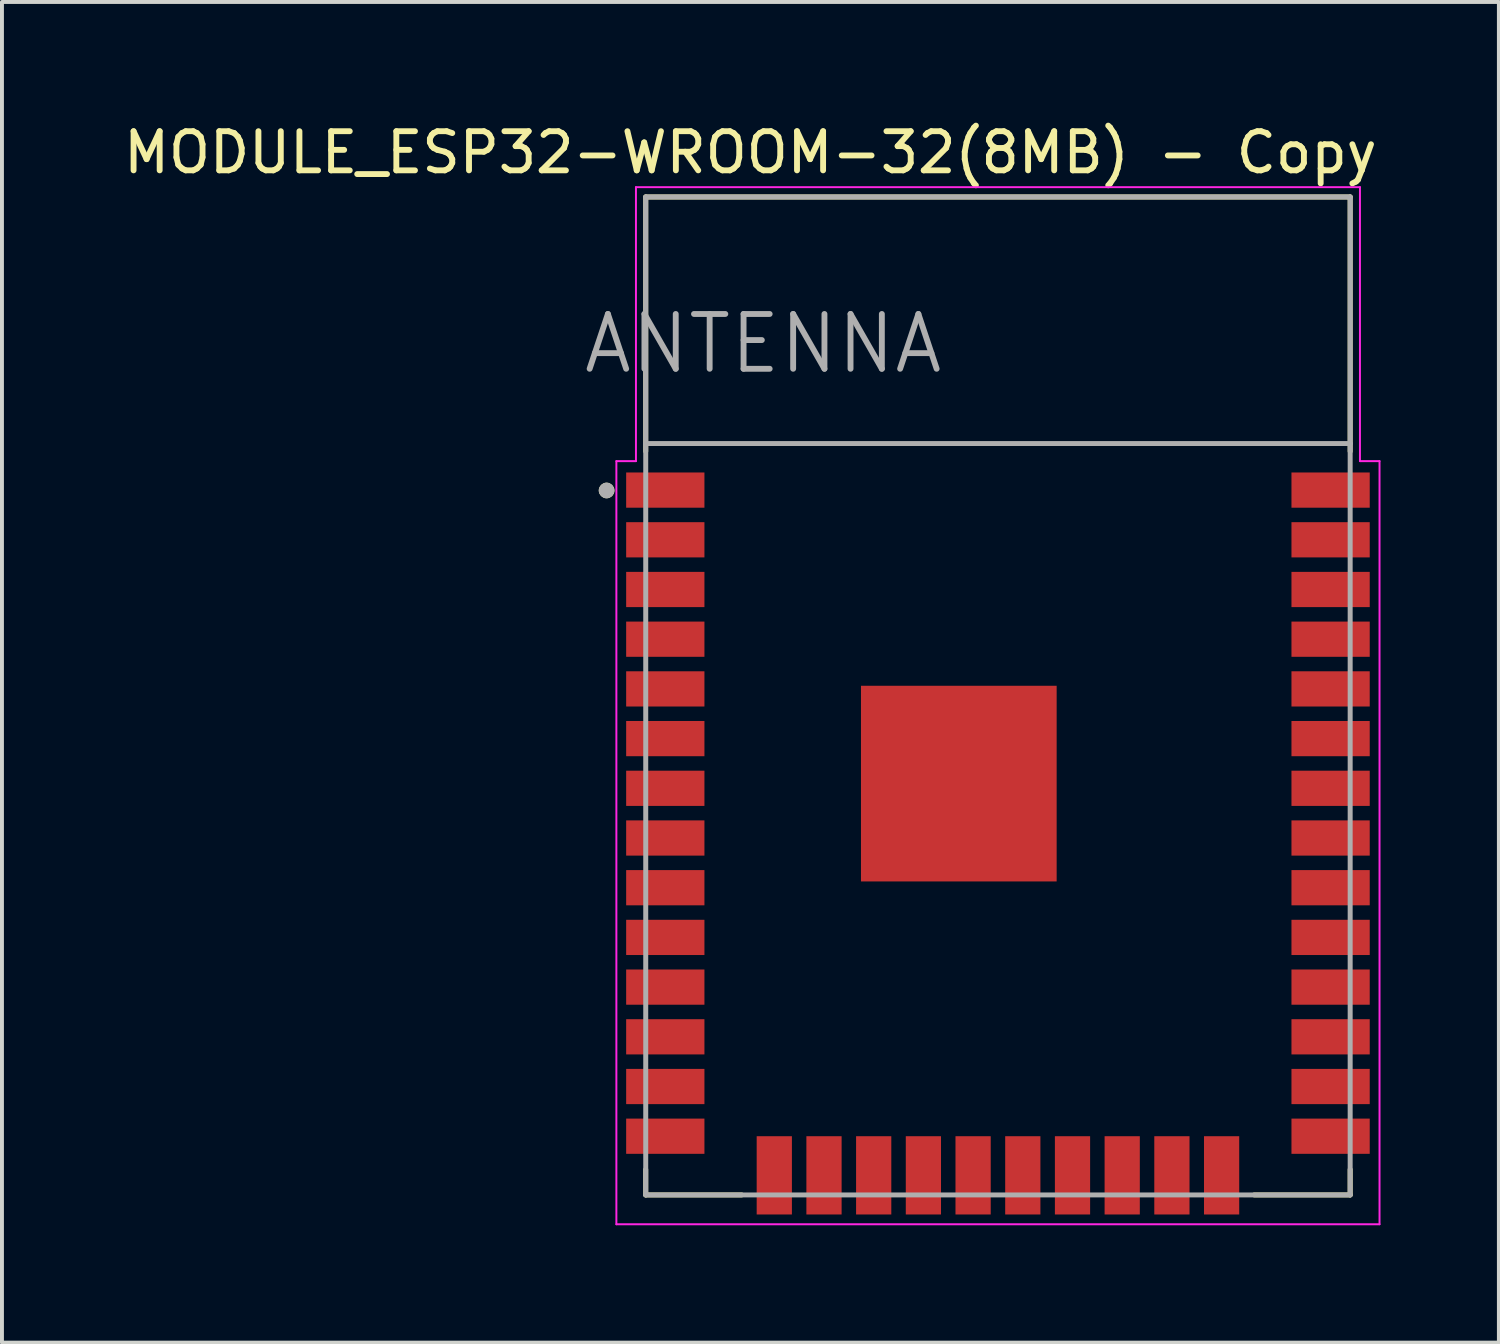
<source format=kicad_pcb>
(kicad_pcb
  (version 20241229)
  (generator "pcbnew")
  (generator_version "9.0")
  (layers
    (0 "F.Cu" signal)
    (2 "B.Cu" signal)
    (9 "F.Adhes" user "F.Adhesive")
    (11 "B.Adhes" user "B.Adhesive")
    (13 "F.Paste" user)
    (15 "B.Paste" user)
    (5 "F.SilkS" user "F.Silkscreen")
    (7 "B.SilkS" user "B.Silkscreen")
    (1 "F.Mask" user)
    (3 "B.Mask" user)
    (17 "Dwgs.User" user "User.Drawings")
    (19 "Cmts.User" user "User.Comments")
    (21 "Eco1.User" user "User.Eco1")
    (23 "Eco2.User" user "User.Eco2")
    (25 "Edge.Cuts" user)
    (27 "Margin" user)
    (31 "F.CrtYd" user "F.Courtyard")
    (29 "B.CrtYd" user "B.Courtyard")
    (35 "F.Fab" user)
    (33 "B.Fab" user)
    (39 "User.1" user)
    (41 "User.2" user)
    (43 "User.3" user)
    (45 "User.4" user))
  (footprint "MODULE_ESP32-WROOM-32(8MB) - Copy"
    (layer "F.Cu")
    (at 22.45 14.733)
    (property "Reference" "MODULE_ESP32-WROOM-32(8MB) - Copy" (at -6.325 -13.885 0) (layer "F.SilkS") (effects (font (size 1 1) (thickness 0.15))))
    (attr through_hole)
    (fp_line (start -9 -12.75) (end 9 -12.75) (stroke (width 0.127) (type solid)) (layer "F.SilkS"))
    (fp_line (start -9 -6.25) (end -9 -12.75) (stroke (width 0.127) (type solid)) (layer "F.SilkS"))
    (fp_line (start -9 12.1) (end -9 12.75) (stroke (width 0.127) (type solid)) (layer "F.SilkS"))
    (fp_line (start -9 12.75) (end -6.55 12.75) (stroke (width 0.127) (type solid)) (layer "F.SilkS"))
    (fp_line (start 6.55 12.75) (end 9 12.75) (stroke (width 0.127) (type solid)) (layer "F.SilkS"))
    (fp_line (start 9 -12.75) (end 9 -6.25) (stroke (width 0.127) (type solid)) (layer "F.SilkS"))
    (fp_line (start 9 12.75) (end 9 12.1) (stroke (width 0.127) (type solid)) (layer "F.SilkS"))
    (fp_circle (center -10 -5.25) (end -9.9 -5.25) (stroke (width 0.2) (type solid)) (fill no) (layer "F.SilkS"))
    (fp_poly (pts (xy -3.04 0.2) (xy -1.46 0.2) (xy -1.46 1.78) (xy -3.04 1.78)) (stroke (width 0.01) (type solid)) (fill yes) (layer "F.Paste"))
    (fp_poly (pts (xy -3.04 2.7) (xy -1.46 2.7) (xy -1.46 4.28) (xy -3.04 4.28)) (stroke (width 0.01) (type solid)) (fill yes) (layer "F.Paste"))
    (fp_poly (pts (xy -0.54 0.2) (xy 1.04 0.2) (xy 1.04 1.78) (xy -0.54 1.78)) (stroke (width 0.01) (type solid)) (fill yes) (layer "F.Paste"))
    (fp_poly (pts (xy -0.54 2.7) (xy 1.04 2.7) (xy 1.04 4.28) (xy -0.54 4.28)) (stroke (width 0.01) (type solid)) (fill yes) (layer "F.Paste"))
    (fp_line (start -9.75 -6) (end -9.25 -6) (stroke (width 0.05) (type solid)) (layer "F.CrtYd"))
    (fp_line (start -9.75 13.5) (end -9.75 -6) (stroke (width 0.05) (type solid)) (layer "F.CrtYd"))
    (fp_line (start -9.25 -13) (end 9.25 -13) (stroke (width 0.05) (type solid)) (layer "F.CrtYd"))
    (fp_line (start -9.25 -6) (end -9.25 -13) (stroke (width 0.05) (type solid)) (layer "F.CrtYd"))
    (fp_line (start 9.25 -13) (end 9.25 -6) (stroke (width 0.05) (type solid)) (layer "F.CrtYd"))
    (fp_line (start 9.25 -6) (end 9.75 -6) (stroke (width 0.05) (type solid)) (layer "F.CrtYd"))
    (fp_line (start 9.75 -6) (end 9.75 13.5) (stroke (width 0.05) (type solid)) (layer "F.CrtYd"))
    (fp_line (start 9.75 13.5) (end -9.75 13.5) (stroke (width 0.05) (type solid)) (layer "F.CrtYd"))
    (fp_line (start -9 -12.75) (end -9 -6.45) (stroke (width 0.127) (type solid)) (layer "F.Fab"))
    (fp_line (start -9 -12.75) (end 9 -12.75) (stroke (width 0.127) (type solid)) (layer "F.Fab"))
    (fp_line (start -9 -6.45) (end 9 -6.45) (stroke (width 0.127) (type solid)) (layer "F.Fab"))
    (fp_line (start -9 12.75) (end -9 -6.45) (stroke (width 0.127) (type solid)) (layer "F.Fab"))
    (fp_line (start 9 -12.75) (end 9 -6.45) (stroke (width 0.127) (type solid)) (layer "F.Fab"))
    (fp_line (start 9 -6.45) (end 9 12.75) (stroke (width 0.127) (type solid)) (layer "F.Fab"))
    (fp_line (start 9 12.75) (end -9 12.75) (stroke (width 0.127) (type solid)) (layer "F.Fab"))
    (fp_circle (center -10 -5.25) (end -9.9 -5.25) (stroke (width 0.2) (type solid)) (fill no) (layer "F.Fab"))
    (fp_text user "ANTENNA" (at -6 -9 0) (layer "F.Fab") (effects (font (size 1.4 1.4) (thickness 0.15))))
    (pad "1" smd rect (at -8.5 -5.26) (size 2 0.9) (layers "F.Cu" "F.Mask" "F.Paste"))
    (pad "2" smd rect (at -8.5 -3.99) (size 2 0.9) (layers "F.Cu" "F.Mask" "F.Paste"))
    (pad "3" smd rect (at -8.5 -2.72) (size 2 0.9) (layers "F.Cu" "F.Mask" "F.Paste"))
    (pad "4" smd rect (at -8.5 -1.45) (size 2 0.9) (layers "F.Cu" "F.Mask" "F.Paste"))
    (pad "5" smd rect (at -8.5 -0.18) (size 2 0.9) (layers "F.Cu" "F.Mask" "F.Paste"))
    (pad "6" smd rect (at -8.5 1.09) (size 2 0.9) (layers "F.Cu" "F.Mask" "F.Paste"))
    (pad "7" smd rect (at -8.5 2.36) (size 2 0.9) (layers "F.Cu" "F.Mask" "F.Paste"))
    (pad "8" smd rect (at -8.5 3.63) (size 2 0.9) (layers "F.Cu" "F.Mask" "F.Paste"))
    (pad "9" smd rect (at -8.5 4.9) (size 2 0.9) (layers "F.Cu" "F.Mask" "F.Paste"))
    (pad "10" smd rect (at -8.5 6.17) (size 2 0.9) (layers "F.Cu" "F.Mask" "F.Paste"))
    (pad "11" smd rect (at -8.5 7.44) (size 2 0.9) (layers "F.Cu" "F.Mask" "F.Paste"))
    (pad "12" smd rect (at -8.5 8.71) (size 2 0.9) (layers "F.Cu" "F.Mask" "F.Paste"))
    (pad "13" smd rect (at -8.5 9.98) (size 2 0.9) (layers "F.Cu" "F.Mask" "F.Paste"))
    (pad "14" smd rect (at -8.5 11.25) (size 2 0.9) (layers "F.Cu" "F.Mask" "F.Paste"))
    (pad "15" smd rect (at -5.715 12.25) (size 0.9 2) (layers "F.Cu" "F.Mask" "F.Paste"))
    (pad "16" smd rect (at -4.445 12.25) (size 0.9 2) (layers "F.Cu" "F.Mask" "F.Paste"))
    (pad "17" smd rect (at -3.175 12.25) (size 0.9 2) (layers "F.Cu" "F.Mask" "F.Paste"))
    (pad "18" smd rect (at -1.905 12.25) (size 0.9 2) (layers "F.Cu" "F.Mask" "F.Paste"))
    (pad "19" smd rect (at -0.635 12.25) (size 0.9 2) (layers "F.Cu" "F.Mask" "F.Paste"))
    (pad "20" smd rect (at 0.635 12.25) (size 0.9 2) (layers "F.Cu" "F.Mask" "F.Paste"))
    (pad "21" smd rect (at 1.905 12.25) (size 0.9 2) (layers "F.Cu" "F.Mask" "F.Paste"))
    (pad "22" smd rect (at 3.175 12.25) (size 0.9 2) (layers "F.Cu" "F.Mask" "F.Paste"))
    (pad "23" smd rect (at 4.445 12.25) (size 0.9 2) (layers "F.Cu" "F.Mask" "F.Paste"))
    (pad "24" smd rect (at 5.715 12.25) (size 0.9 2) (layers "F.Cu" "F.Mask" "F.Paste"))
    (pad "25" smd rect (at 8.5 11.25) (size 2 0.9) (layers "F.Cu" "F.Mask" "F.Paste"))
    (pad "26" smd rect (at 8.5 9.98) (size 2 0.9) (layers "F.Cu" "F.Mask" "F.Paste"))
    (pad "27" smd rect (at 8.5 8.71) (size 2 0.9) (layers "F.Cu" "F.Mask" "F.Paste"))
    (pad "28" smd rect (at 8.5 7.44) (size 2 0.9) (layers "F.Cu" "F.Mask" "F.Paste"))
    (pad "29" smd rect (at 8.5 6.17) (size 2 0.9) (layers "F.Cu" "F.Mask" "F.Paste"))
    (pad "30" smd rect (at 8.5 4.9) (size 2 0.9) (layers "F.Cu" "F.Mask" "F.Paste"))
    (pad "31" smd rect (at 8.5 3.63) (size 2 0.9) (layers "F.Cu" "F.Mask" "F.Paste"))
    (pad "32" smd rect (at 8.5 2.36) (size 2 0.9) (layers "F.Cu" "F.Mask" "F.Paste"))
    (pad "33" smd rect (at 8.5 1.09) (size 2 0.9) (layers "F.Cu" "F.Mask" "F.Paste"))
    (pad "34" smd rect (at 8.5 -0.18) (size 2 0.9) (layers "F.Cu" "F.Mask" "F.Paste"))
    (pad "35" smd rect (at 8.5 -1.45) (size 2 0.9) (layers "F.Cu" "F.Mask" "F.Paste"))
    (pad "36" smd rect (at 8.5 -2.72) (size 2 0.9) (layers "F.Cu" "F.Mask" "F.Paste"))
    (pad "37" smd rect (at 8.5 -3.99) (size 2 0.9) (layers "F.Cu" "F.Mask" "F.Paste"))
    (pad "38" smd rect (at 8.5 -5.26) (size 2 0.9) (layers "F.Cu" "F.Mask" "F.Paste"))
    (pad "39" smd rect (at -1 2.24) (size 5 5) (layers "F.Cu" "F.Mask"))
    (zone (net_name "") (layer "F.Cu") (hatch full 0.508) (connect_pads) (min_thickness 0.01) (filled_areas_thickness no) (keepout (tracks not_allowed) (vias not_allowed) (pads not_allowed) (copperpour not_allowed) (footprints allowed)) (placement (enabled no)) (fill) (polygon (pts (xy 13.45 1.983) (xy 31.45 1.983) (xy 31.45 8.283) (xy 13.45 8.283))))
    (zone (net_name "") (layers "F.Cu" "B.Cu") (hatch full 0.508) (connect_pads) (min_thickness 0.01) (filled_areas_thickness no) (keepout (tracks allowed) (vias not_allowed) (pads allowed) (copperpour allowed) (footprints allowed)) (placement (enabled no)) (fill) (polygon (pts (xy 13.45 1.983) (xy 31.45 1.983) (xy 31.45 8.283) (xy 13.45 8.283)))))
  (gr_rect
    (start -3 -3)
    (end 35.25 31.258)
    (stroke (width 0.1) (type default))
    (fill no)
    (layer "Edge.Cuts")))
</source>
